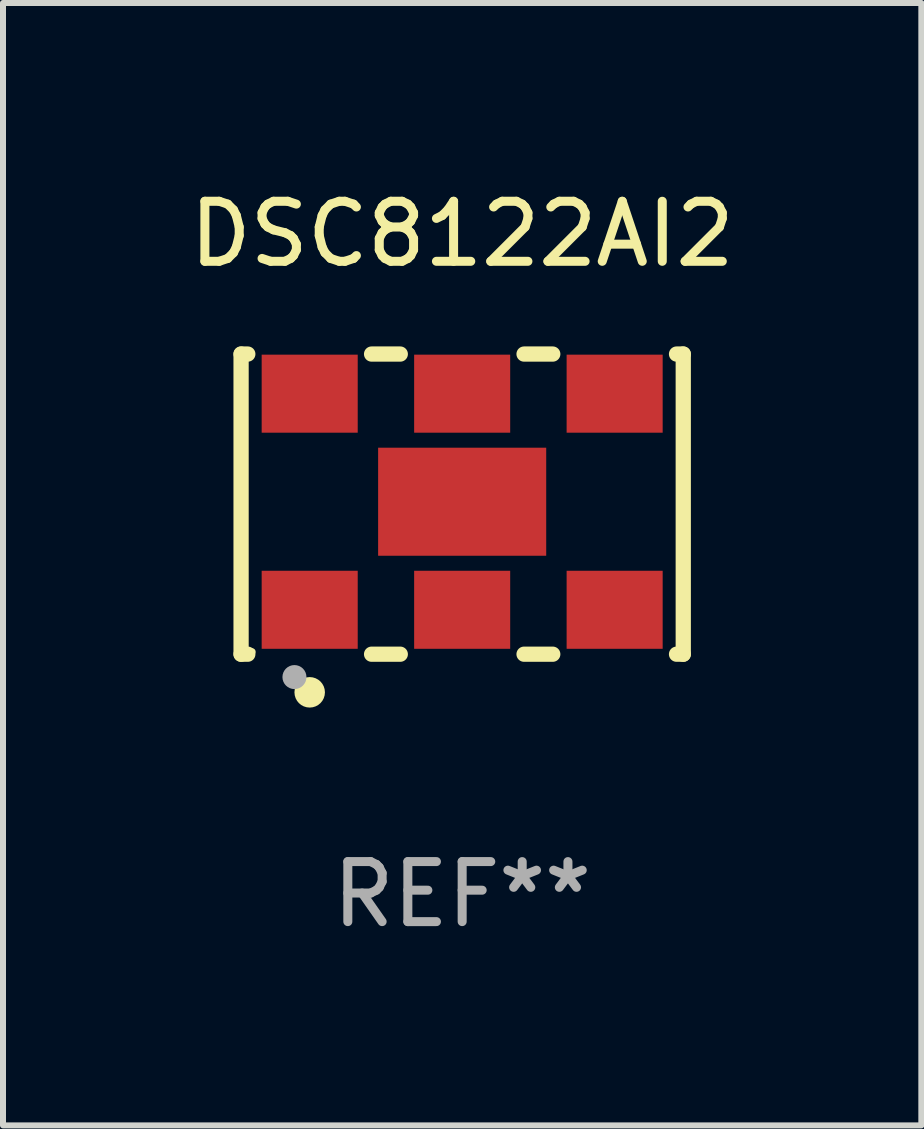
<source format=kicad_pcb>
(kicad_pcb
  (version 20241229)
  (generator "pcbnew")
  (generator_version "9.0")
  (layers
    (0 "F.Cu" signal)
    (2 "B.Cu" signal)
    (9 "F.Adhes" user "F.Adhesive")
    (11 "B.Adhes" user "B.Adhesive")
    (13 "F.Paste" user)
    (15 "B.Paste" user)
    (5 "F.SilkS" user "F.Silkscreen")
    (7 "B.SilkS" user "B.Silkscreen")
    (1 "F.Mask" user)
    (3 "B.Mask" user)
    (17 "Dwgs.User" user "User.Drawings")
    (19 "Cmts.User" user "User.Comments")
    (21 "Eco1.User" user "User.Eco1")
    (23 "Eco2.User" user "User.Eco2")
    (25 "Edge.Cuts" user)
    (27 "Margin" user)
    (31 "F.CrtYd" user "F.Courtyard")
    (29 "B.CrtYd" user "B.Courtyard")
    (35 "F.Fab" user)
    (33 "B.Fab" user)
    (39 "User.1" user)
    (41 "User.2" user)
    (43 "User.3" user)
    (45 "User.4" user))
  (footprint "DSC8122AI2"
    (layer "F.Cu")
    (at 4.649 5.348)
    (property "Reference" "DSC8122AI2" (at 0 -4.5 0) (layer "F.SilkS") (effects (font (size 1 1) (thickness 0.15))))
    (attr through_hole)
    (fp_line (start -3.683 -2.5) (end -3.571 -2.5) (stroke (width 0.254) (type solid)) (layer "F.SilkS"))
    (fp_line (start -3.683 2.5) (end -3.683 -2.5) (stroke (width 0.254) (type solid)) (layer "F.SilkS"))
    (fp_line (start -3.683 2.5) (end -3.571 2.5) (stroke (width 0.254) (type solid)) (layer "F.SilkS"))
    (fp_line (start -1.509 -2.5) (end -1.031 -2.5) (stroke (width 0.254) (type solid)) (layer "F.SilkS"))
    (fp_line (start -1.509 2.5) (end -1.031 2.5) (stroke (width 0.254) (type solid)) (layer "F.SilkS"))
    (fp_line (start 1.031 -2.5) (end 1.509 -2.5) (stroke (width 0.254) (type solid)) (layer "F.SilkS"))
    (fp_line (start 1.031 2.5) (end 1.509 2.5) (stroke (width 0.254) (type solid)) (layer "F.SilkS"))
    (fp_line (start 3.571 -2.5) (end 3.683 -2.5) (stroke (width 0.254) (type solid)) (layer "F.SilkS"))
    (fp_line (start 3.571 2.5) (end 3.683 2.5) (stroke (width 0.254) (type solid)) (layer "F.SilkS"))
    (fp_line (start 3.683 2.5) (end 3.683 -2.5) (stroke (width 0.254) (type solid)) (layer "F.SilkS"))
    (fp_circle (center -3.5 2.46) (end -3.47 2.46) (stroke (width 0.06) (type solid)) (fill no) (layer "F.SilkS"))
    (fp_circle (center -2.54 3.135) (end -2.413 3.135) (stroke (width 0.254) (type solid)) (fill no) (layer "F.SilkS"))
    (fp_circle (center -2.794 2.881) (end -2.694 2.881) (stroke (width 0.2) (type solid)) (fill no) (layer "F.Fab"))
    (fp_text user "REF**" (at 0 6.5 0) (layer "F.Fab") (effects (font (size 1 1) (thickness 0.15))))
    (pad "1" smd rect (at -2.54 1.76) (size 1.6 1.3) (layers "F.Cu" "F.Mask" "F.Paste"))
    (pad "2" smd rect (at 0 1.76) (size 1.6 1.3) (layers "F.Cu" "F.Mask" "F.Paste"))
    (pad "3" smd rect (at 2.54 1.76) (size 1.6 1.3) (layers "F.Cu" "F.Mask" "F.Paste"))
    (pad "4" smd rect (at 2.54 -1.84) (size 1.6 1.3) (layers "F.Cu" "F.Mask" "F.Paste"))
    (pad "5" smd rect (at 0 -1.84) (size 1.6 1.3) (layers "F.Cu" "F.Mask" "F.Paste"))
    (pad "6" smd rect (at -2.54 -1.84) (size 1.6 1.3) (layers "F.Cu" "F.Mask" "F.Paste"))
    (pad "7" smd rect (at 0 -0.04) (size 2.8 1.8) (layers "F.Cu" "F.Mask" "F.Paste")))
  (gr_rect
    (start -3 -3)
    (end 12.298 15.697)
    (stroke (width 0.1) (type default))
    (fill no)
    (layer "Edge.Cuts")))
</source>
